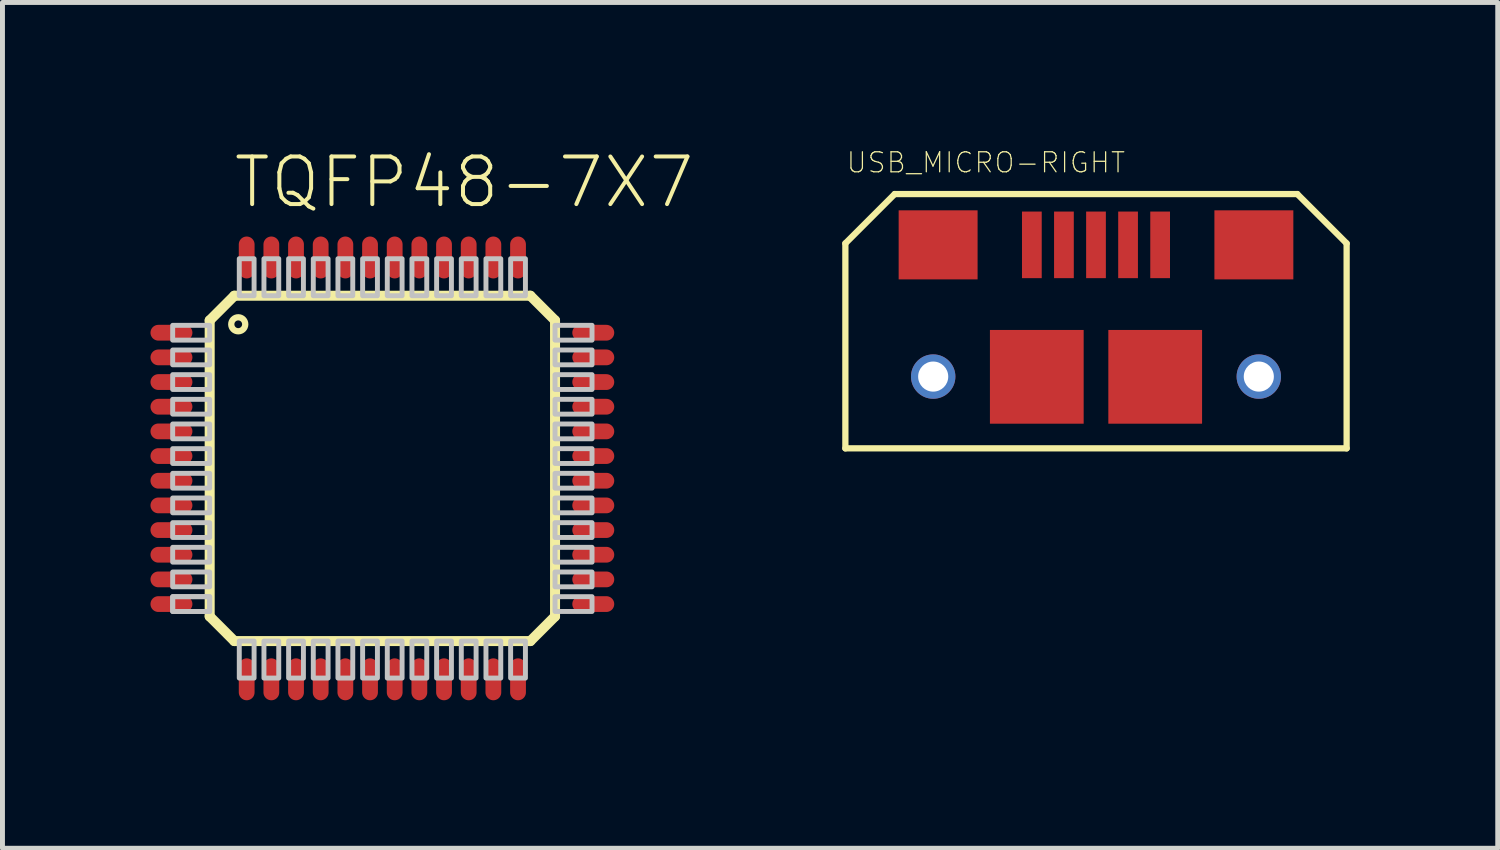
<source format=kicad_pcb>
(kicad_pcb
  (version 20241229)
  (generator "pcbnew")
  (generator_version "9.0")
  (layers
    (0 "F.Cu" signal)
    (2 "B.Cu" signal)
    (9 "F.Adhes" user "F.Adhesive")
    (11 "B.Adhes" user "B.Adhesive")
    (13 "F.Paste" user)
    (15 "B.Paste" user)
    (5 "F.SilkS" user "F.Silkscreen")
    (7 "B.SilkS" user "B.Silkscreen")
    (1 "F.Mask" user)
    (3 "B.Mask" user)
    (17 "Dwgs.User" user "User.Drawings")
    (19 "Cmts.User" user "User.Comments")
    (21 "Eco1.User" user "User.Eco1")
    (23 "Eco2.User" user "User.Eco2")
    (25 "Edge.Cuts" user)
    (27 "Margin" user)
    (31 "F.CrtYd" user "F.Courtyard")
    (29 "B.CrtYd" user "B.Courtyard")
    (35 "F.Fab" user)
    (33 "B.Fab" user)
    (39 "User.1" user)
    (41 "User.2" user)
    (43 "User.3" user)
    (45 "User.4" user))
  (footprint "TQFP48-7X7"
    (layer "F.Cu")
    (at 4.7 6.444)
    (property "Reference" "TQFP48-7X7" (at -3.06 -5.235 0) (layer "F.SilkS") (effects (font (size 0.965 0.965) (thickness 0.081)) (justify left bottom)))
    (attr through_hole)
    (fp_line (start -3.5 -3) (end -3 -3.5) (stroke (width 0.203) (type solid)) (layer "F.SilkS"))
    (fp_line (start -3.5 3) (end -3.5 -3) (stroke (width 0.203) (type solid)) (layer "F.SilkS"))
    (fp_line (start -3 -3.5) (end 3 -3.5) (stroke (width 0.203) (type solid)) (layer "F.SilkS"))
    (fp_line (start -3 3.5) (end -3.5 3) (stroke (width 0.203) (type solid)) (layer "F.SilkS"))
    (fp_line (start 3 -3.5) (end 3.5 -3) (stroke (width 0.203) (type solid)) (layer "F.SilkS"))
    (fp_line (start 3 3.5) (end -3 3.5) (stroke (width 0.203) (type solid)) (layer "F.SilkS"))
    (fp_line (start 3.5 -3) (end 3.5 3) (stroke (width 0.203) (type solid)) (layer "F.SilkS"))
    (fp_line (start 3.5 3) (end 3 3.5) (stroke (width 0.203) (type solid)) (layer "F.SilkS"))
    (fp_circle (center -2.921 -2.921) (end -2.779 -2.921) (stroke (width 0.127) (type solid)) (fill no) (layer "F.SilkS"))
    (fp_poly (pts (xy -4.25 -2.6) (xy -3.5 -2.6) (xy -3.5 -2.9) (xy -4.25 -2.9)) (stroke (width 0.1) (type solid)) (fill no) (layer "Dwgs.User"))
    (fp_poly (pts (xy -4.25 -2.1) (xy -3.5 -2.1) (xy -3.5 -2.4) (xy -4.25 -2.4)) (stroke (width 0.1) (type solid)) (fill no) (layer "Dwgs.User"))
    (fp_poly (pts (xy -4.25 -1.6) (xy -3.5 -1.6) (xy -3.5 -1.9) (xy -4.25 -1.9)) (stroke (width 0.1) (type solid)) (fill no) (layer "Dwgs.User"))
    (fp_poly (pts (xy -4.25 -1.1) (xy -3.5 -1.1) (xy -3.5 -1.4) (xy -4.25 -1.4)) (stroke (width 0.1) (type solid)) (fill no) (layer "Dwgs.User"))
    (fp_poly (pts (xy -4.25 -0.6) (xy -3.5 -0.6) (xy -3.5 -0.9) (xy -4.25 -0.9)) (stroke (width 0.1) (type solid)) (fill no) (layer "Dwgs.User"))
    (fp_poly (pts (xy -4.25 -0.1) (xy -3.5 -0.1) (xy -3.5 -0.4) (xy -4.25 -0.4)) (stroke (width 0.1) (type solid)) (fill no) (layer "Dwgs.User"))
    (fp_poly (pts (xy -4.25 0.4) (xy -3.5 0.4) (xy -3.5 0.1) (xy -4.25 0.1)) (stroke (width 0.1) (type solid)) (fill no) (layer "Dwgs.User"))
    (fp_poly (pts (xy -4.25 0.9) (xy -3.5 0.9) (xy -3.5 0.6) (xy -4.25 0.6)) (stroke (width 0.1) (type solid)) (fill no) (layer "Dwgs.User"))
    (fp_poly (pts (xy -4.25 1.4) (xy -3.5 1.4) (xy -3.5 1.1) (xy -4.25 1.1)) (stroke (width 0.1) (type solid)) (fill no) (layer "Dwgs.User"))
    (fp_poly (pts (xy -4.25 1.9) (xy -3.5 1.9) (xy -3.5 1.6) (xy -4.25 1.6)) (stroke (width 0.1) (type solid)) (fill no) (layer "Dwgs.User"))
    (fp_poly (pts (xy -4.25 2.4) (xy -3.5 2.4) (xy -3.5 2.1) (xy -4.25 2.1)) (stroke (width 0.1) (type solid)) (fill no) (layer "Dwgs.User"))
    (fp_poly (pts (xy -4.25 2.9) (xy -3.5 2.9) (xy -3.5 2.6) (xy -4.25 2.6)) (stroke (width 0.1) (type solid)) (fill no) (layer "Dwgs.User"))
    (fp_poly (pts (xy -4.25 2.9) (xy -3.5 2.9) (xy -3.5 2.6) (xy -4.25 2.6)) (stroke (width 0.1) (type solid)) (fill no) (layer "Dwgs.User"))
    (fp_poly (pts (xy -2.9 -3.5) (xy -2.6 -3.5) (xy -2.6 -4.25) (xy -2.9 -4.25)) (stroke (width 0.1) (type solid)) (fill no) (layer "Dwgs.User"))
    (fp_poly (pts (xy -2.9 4.25) (xy -2.6 4.25) (xy -2.6 3.5) (xy -2.9 3.5)) (stroke (width 0.1) (type solid)) (fill no) (layer "Dwgs.User"))
    (fp_poly (pts (xy -2.4 -3.5) (xy -2.1 -3.5) (xy -2.1 -4.25) (xy -2.4 -4.25)) (stroke (width 0.1) (type solid)) (fill no) (layer "Dwgs.User"))
    (fp_poly (pts (xy -2.4 4.25) (xy -2.1 4.25) (xy -2.1 3.5) (xy -2.4 3.5)) (stroke (width 0.1) (type solid)) (fill no) (layer "Dwgs.User"))
    (fp_poly (pts (xy -1.9 -3.5) (xy -1.6 -3.5) (xy -1.6 -4.25) (xy -1.9 -4.25)) (stroke (width 0.1) (type solid)) (fill no) (layer "Dwgs.User"))
    (fp_poly (pts (xy -1.9 4.25) (xy -1.6 4.25) (xy -1.6 3.5) (xy -1.9 3.5)) (stroke (width 0.1) (type solid)) (fill no) (layer "Dwgs.User"))
    (fp_poly (pts (xy -1.4 -3.5) (xy -1.1 -3.5) (xy -1.1 -4.25) (xy -1.4 -4.25)) (stroke (width 0.1) (type solid)) (fill no) (layer "Dwgs.User"))
    (fp_poly (pts (xy -1.4 4.25) (xy -1.1 4.25) (xy -1.1 3.5) (xy -1.4 3.5)) (stroke (width 0.1) (type solid)) (fill no) (layer "Dwgs.User"))
    (fp_poly (pts (xy -0.9 -3.5) (xy -0.6 -3.5) (xy -0.6 -4.25) (xy -0.9 -4.25)) (stroke (width 0.1) (type solid)) (fill no) (layer "Dwgs.User"))
    (fp_poly (pts (xy -0.9 4.25) (xy -0.6 4.25) (xy -0.6 3.5) (xy -0.9 3.5)) (stroke (width 0.1) (type solid)) (fill no) (layer "Dwgs.User"))
    (fp_poly (pts (xy -0.4 -3.5) (xy -0.1 -3.5) (xy -0.1 -4.25) (xy -0.4 -4.25)) (stroke (width 0.1) (type solid)) (fill no) (layer "Dwgs.User"))
    (fp_poly (pts (xy -0.4 4.25) (xy -0.1 4.25) (xy -0.1 3.5) (xy -0.4 3.5)) (stroke (width 0.1) (type solid)) (fill no) (layer "Dwgs.User"))
    (fp_poly (pts (xy 0.1 -3.5) (xy 0.4 -3.5) (xy 0.4 -4.25) (xy 0.1 -4.25)) (stroke (width 0.1) (type solid)) (fill no) (layer "Dwgs.User"))
    (fp_poly (pts (xy 0.1 4.25) (xy 0.4 4.25) (xy 0.4 3.5) (xy 0.1 3.5)) (stroke (width 0.1) (type solid)) (fill no) (layer "Dwgs.User"))
    (fp_poly (pts (xy 0.6 -3.5) (xy 0.9 -3.5) (xy 0.9 -4.25) (xy 0.6 -4.25)) (stroke (width 0.1) (type solid)) (fill no) (layer "Dwgs.User"))
    (fp_poly (pts (xy 0.6 4.25) (xy 0.9 4.25) (xy 0.9 3.5) (xy 0.6 3.5)) (stroke (width 0.1) (type solid)) (fill no) (layer "Dwgs.User"))
    (fp_poly (pts (xy 1.1 -3.5) (xy 1.4 -3.5) (xy 1.4 -4.25) (xy 1.1 -4.25)) (stroke (width 0.1) (type solid)) (fill no) (layer "Dwgs.User"))
    (fp_poly (pts (xy 1.1 4.25) (xy 1.4 4.25) (xy 1.4 3.5) (xy 1.1 3.5)) (stroke (width 0.1) (type solid)) (fill no) (layer "Dwgs.User"))
    (fp_poly (pts (xy 1.6 -3.5) (xy 1.9 -3.5) (xy 1.9 -4.25) (xy 1.6 -4.25)) (stroke (width 0.1) (type solid)) (fill no) (layer "Dwgs.User"))
    (fp_poly (pts (xy 1.6 4.25) (xy 1.9 4.25) (xy 1.9 3.5) (xy 1.6 3.5)) (stroke (width 0.1) (type solid)) (fill no) (layer "Dwgs.User"))
    (fp_poly (pts (xy 2.1 -3.5) (xy 2.4 -3.5) (xy 2.4 -4.25) (xy 2.1 -4.25)) (stroke (width 0.1) (type solid)) (fill no) (layer "Dwgs.User"))
    (fp_poly (pts (xy 2.1 4.25) (xy 2.4 4.25) (xy 2.4 3.5) (xy 2.1 3.5)) (stroke (width 0.1) (type solid)) (fill no) (layer "Dwgs.User"))
    (fp_poly (pts (xy 2.6 -3.5) (xy 2.9 -3.5) (xy 2.9 -4.25) (xy 2.6 -4.25)) (stroke (width 0.1) (type solid)) (fill no) (layer "Dwgs.User"))
    (fp_poly (pts (xy 2.6 4.25) (xy 2.9 4.25) (xy 2.9 3.5) (xy 2.6 3.5)) (stroke (width 0.1) (type solid)) (fill no) (layer "Dwgs.User"))
    (fp_poly (pts (xy 3.5 -2.6) (xy 4.25 -2.6) (xy 4.25 -2.9) (xy 3.5 -2.9)) (stroke (width 0.1) (type solid)) (fill no) (layer "Dwgs.User"))
    (fp_poly (pts (xy 3.5 -2.1) (xy 4.25 -2.1) (xy 4.25 -2.4) (xy 3.5 -2.4)) (stroke (width 0.1) (type solid)) (fill no) (layer "Dwgs.User"))
    (fp_poly (pts (xy 3.5 -1.6) (xy 4.25 -1.6) (xy 4.25 -1.9) (xy 3.5 -1.9)) (stroke (width 0.1) (type solid)) (fill no) (layer "Dwgs.User"))
    (fp_poly (pts (xy 3.5 -1.1) (xy 4.25 -1.1) (xy 4.25 -1.4) (xy 3.5 -1.4)) (stroke (width 0.1) (type solid)) (fill no) (layer "Dwgs.User"))
    (fp_poly (pts (xy 3.5 -0.6) (xy 4.25 -0.6) (xy 4.25 -0.9) (xy 3.5 -0.9)) (stroke (width 0.1) (type solid)) (fill no) (layer "Dwgs.User"))
    (fp_poly (pts (xy 3.5 -0.1) (xy 4.25 -0.1) (xy 4.25 -0.4) (xy 3.5 -0.4)) (stroke (width 0.1) (type solid)) (fill no) (layer "Dwgs.User"))
    (fp_poly (pts (xy 3.5 0.4) (xy 4.25 0.4) (xy 4.25 0.1) (xy 3.5 0.1)) (stroke (width 0.1) (type solid)) (fill no) (layer "Dwgs.User"))
    (fp_poly (pts (xy 3.5 0.9) (xy 4.25 0.9) (xy 4.25 0.6) (xy 3.5 0.6)) (stroke (width 0.1) (type solid)) (fill no) (layer "Dwgs.User"))
    (fp_poly (pts (xy 3.5 1.4) (xy 4.25 1.4) (xy 4.25 1.1) (xy 3.5 1.1)) (stroke (width 0.1) (type solid)) (fill no) (layer "Dwgs.User"))
    (fp_poly (pts (xy 3.5 1.9) (xy 4.25 1.9) (xy 4.25 1.6) (xy 3.5 1.6)) (stroke (width 0.1) (type solid)) (fill no) (layer "Dwgs.User"))
    (fp_poly (pts (xy 3.5 2.4) (xy 4.25 2.4) (xy 4.25 2.1) (xy 3.5 2.1)) (stroke (width 0.1) (type solid)) (fill no) (layer "Dwgs.User"))
    (fp_poly (pts (xy 3.5 2.9) (xy 4.25 2.9) (xy 4.25 2.6) (xy 3.5 2.6)) (stroke (width 0.1) (type solid)) (fill no) (layer "Dwgs.User"))
    (pad "1" smd oval (at -4.275 -2.75) (size 0.85 0.32) (layers "F.Cu" "F.Mask" "F.Paste"))
    (pad "2" smd oval (at -4.275 -2.25) (size 0.85 0.32) (layers "F.Cu" "F.Mask" "F.Paste"))
    (pad "3" smd oval (at -4.275 -1.75) (size 0.85 0.32) (layers "F.Cu" "F.Mask" "F.Paste"))
    (pad "4" smd oval (at -4.275 -1.25) (size 0.85 0.32) (layers "F.Cu" "F.Mask" "F.Paste"))
    (pad "5" smd oval (at -4.275 -0.75) (size 0.85 0.32) (layers "F.Cu" "F.Mask" "F.Paste"))
    (pad "6" smd oval (at -4.275 -0.25) (size 0.85 0.32) (layers "F.Cu" "F.Mask" "F.Paste"))
    (pad "7" smd oval (at -4.275 0.25) (size 0.85 0.32) (layers "F.Cu" "F.Mask" "F.Paste"))
    (pad "8" smd oval (at -4.275 0.75) (size 0.85 0.32) (layers "F.Cu" "F.Mask" "F.Paste"))
    (pad "9" smd oval (at -4.275 1.25) (size 0.85 0.32) (layers "F.Cu" "F.Mask" "F.Paste"))
    (pad "10" smd oval (at -4.275 1.75) (size 0.85 0.32) (layers "F.Cu" "F.Mask" "F.Paste"))
    (pad "11" smd oval (at -4.275 2.25) (size 0.85 0.32) (layers "F.Cu" "F.Mask" "F.Paste"))
    (pad "12" smd oval (at -4.275 2.75) (size 0.85 0.32) (layers "F.Cu" "F.Mask" "F.Paste"))
    (pad "13" smd oval (at -2.75 4.275 90) (size 0.85 0.32) (layers "F.Cu" "F.Mask" "F.Paste"))
    (pad "14" smd oval (at -2.25 4.275 90) (size 0.85 0.32) (layers "F.Cu" "F.Mask" "F.Paste"))
    (pad "15" smd oval (at -1.75 4.275 90) (size 0.85 0.32) (layers "F.Cu" "F.Mask" "F.Paste"))
    (pad "16" smd oval (at -1.25 4.275 90) (size 0.85 0.32) (layers "F.Cu" "F.Mask" "F.Paste"))
    (pad "17" smd oval (at -0.75 4.275 90) (size 0.85 0.32) (layers "F.Cu" "F.Mask" "F.Paste"))
    (pad "18" smd oval (at -0.25 4.275 90) (size 0.85 0.32) (layers "F.Cu" "F.Mask" "F.Paste"))
    (pad "19" smd oval (at 0.25 4.275 90) (size 0.85 0.32) (layers "F.Cu" "F.Mask" "F.Paste"))
    (pad "20" smd oval (at 0.75 4.275 90) (size 0.85 0.32) (layers "F.Cu" "F.Mask" "F.Paste"))
    (pad "21" smd oval (at 1.25 4.275 90) (size 0.85 0.32) (layers "F.Cu" "F.Mask" "F.Paste"))
    (pad "22" smd oval (at 1.75 4.275 90) (size 0.85 0.32) (layers "F.Cu" "F.Mask" "F.Paste"))
    (pad "23" smd oval (at 2.25 4.275 90) (size 0.85 0.32) (layers "F.Cu" "F.Mask" "F.Paste"))
    (pad "24" smd oval (at 2.75 4.275 90) (size 0.85 0.32) (layers "F.Cu" "F.Mask" "F.Paste"))
    (pad "25" smd oval (at 4.275 2.75) (size 0.85 0.32) (layers "F.Cu" "F.Mask" "F.Paste"))
    (pad "26" smd oval (at 4.275 2.25) (size 0.85 0.32) (layers "F.Cu" "F.Mask" "F.Paste"))
    (pad "27" smd oval (at 4.275 1.75) (size 0.85 0.32) (layers "F.Cu" "F.Mask" "F.Paste"))
    (pad "28" smd oval (at 4.275 1.25) (size 0.85 0.32) (layers "F.Cu" "F.Mask" "F.Paste"))
    (pad "29" smd oval (at 4.275 0.75) (size 0.85 0.32) (layers "F.Cu" "F.Mask" "F.Paste"))
    (pad "30" smd oval (at 4.275 0.25) (size 0.85 0.32) (layers "F.Cu" "F.Mask" "F.Paste"))
    (pad "31" smd oval (at 4.275 -0.25) (size 0.85 0.32) (layers "F.Cu" "F.Mask" "F.Paste"))
    (pad "32" smd oval (at 4.275 -0.75) (size 0.85 0.32) (layers "F.Cu" "F.Mask" "F.Paste"))
    (pad "33" smd oval (at 4.275 -1.25) (size 0.85 0.32) (layers "F.Cu" "F.Mask" "F.Paste"))
    (pad "34" smd oval (at 4.275 -1.75) (size 0.85 0.32) (layers "F.Cu" "F.Mask" "F.Paste"))
    (pad "35" smd oval (at 4.275 -2.25) (size 0.85 0.32) (layers "F.Cu" "F.Mask" "F.Paste"))
    (pad "36" smd oval (at 4.275 -2.75) (size 0.85 0.32) (layers "F.Cu" "F.Mask" "F.Paste"))
    (pad "37" smd oval (at 2.75 -4.275 90) (size 0.85 0.32) (layers "F.Cu" "F.Mask" "F.Paste"))
    (pad "38" smd oval (at 2.25 -4.275 90) (size 0.85 0.32) (layers "F.Cu" "F.Mask" "F.Paste"))
    (pad "39" smd oval (at 1.75 -4.275 90) (size 0.85 0.32) (layers "F.Cu" "F.Mask" "F.Paste"))
    (pad "40" smd oval (at 1.25 -4.275 90) (size 0.85 0.32) (layers "F.Cu" "F.Mask" "F.Paste"))
    (pad "41" smd oval (at 0.75 -4.275 90) (size 0.85 0.32) (layers "F.Cu" "F.Mask" "F.Paste"))
    (pad "42" smd oval (at 0.25 -4.275 90) (size 0.85 0.32) (layers "F.Cu" "F.Mask" "F.Paste"))
    (pad "43" smd oval (at -0.25 -4.275 90) (size 0.85 0.32) (layers "F.Cu" "F.Mask" "F.Paste"))
    (pad "44" smd oval (at -0.75 -4.275 90) (size 0.85 0.32) (layers "F.Cu" "F.Mask" "F.Paste"))
    (pad "45" smd oval (at -1.25 -4.275 90) (size 0.85 0.32) (layers "F.Cu" "F.Mask" "F.Paste"))
    (pad "46" smd oval (at -1.75 -4.275 90) (size 0.85 0.32) (layers "F.Cu" "F.Mask" "F.Paste"))
    (pad "47" smd oval (at -2.25 -4.275 90) (size 0.85 0.32) (layers "F.Cu" "F.Mask" "F.Paste"))
    (pad "48" smd oval (at -2.75 -4.275 90) (size 0.85 0.32) (layers "F.Cu" "F.Mask" "F.Paste")))
  (footprint "USB_MICRO-RIGHT"
    (layer "F.Cu")
    (at 19.165 3.183)
    (property "Reference" "USB_MICRO-RIGHT" (at -5.08 -2.7 0) (layer "F.SilkS") (effects (font (size 0.406 0.406) (thickness 0.025)) (justify left bottom)))
    (attr through_hole)
    (fp_line (start -5.08 -1.3) (end -4.08 -2.3) (stroke (width 0.127) (type solid)) (layer "F.SilkS"))
    (fp_line (start -5.08 2.855) (end -5.08 -1.3) (stroke (width 0.127) (type solid)) (layer "F.SilkS"))
    (fp_line (start -5.08 2.855) (end 5.08 2.855) (stroke (width 0.127) (type solid)) (layer "F.SilkS"))
    (fp_line (start -4.08 -2.3) (end 4.08 -2.3) (stroke (width 0.127) (type solid)) (layer "F.SilkS"))
    (fp_line (start 4.08 -2.3) (end 5.08 -1.3) (stroke (width 0.127) (type solid)) (layer "F.SilkS"))
    (fp_line (start 5.08 -1.3) (end 5.08 2.855) (stroke (width 0.127) (type solid)) (layer "F.SilkS"))
    (pad "1" smd rect (at -1.3 -1.27 180) (size 0.4 1.35) (layers "F.Cu" "F.Mask" "F.Paste"))
    (pad "2" smd rect (at -0.65 -1.27 180) (size 0.4 1.35) (layers "F.Cu" "F.Mask" "F.Paste"))
    (pad "3" smd rect (at 0 -1.27 180) (size 0.4 1.35) (layers "F.Cu" "F.Mask" "F.Paste"))
    (pad "4" smd rect (at 0.65 -1.27 180) (size 0.4 1.35) (layers "F.Cu" "F.Mask" "F.Paste"))
    (pad "5" smd rect (at 1.3 -1.27 180) (size 0.4 1.35) (layers "F.Cu" "F.Mask" "F.Paste"))
    (pad "S1" thru_hole circle (at -3.3 1.4 180) (size 0.9 0.9) (drill 0.61) (layers "*.Cu" "*.Mask"))
    (pad "S2" thru_hole circle (at 3.3 1.4 180) (size 0.9 0.9) (drill 0.61) (layers "*.Cu" "*.Mask"))
    (pad "S3" smd rect (at -3.2 -1.27 90) (size 1.4 1.6) (layers "F.Cu" "F.Mask" "F.Paste"))
    (pad "S4" smd rect (at 3.2 -1.27 90) (size 1.4 1.6) (layers "F.Cu" "F.Mask" "F.Paste"))
    (pad "S5" smd rect (at -1.2 1.405) (size 1.9 1.9) (layers "F.Cu" "F.Mask" "F.Paste"))
    (pad "S6" smd rect (at 1.2 1.405) (size 1.9 1.9) (layers "F.Cu" "F.Mask" "F.Paste")))
  (gr_rect
    (start -3 -3)
    (end 27.308 14.144)
    (stroke (width 0.1) (type default))
    (fill no)
    (layer "Edge.Cuts")))
</source>
